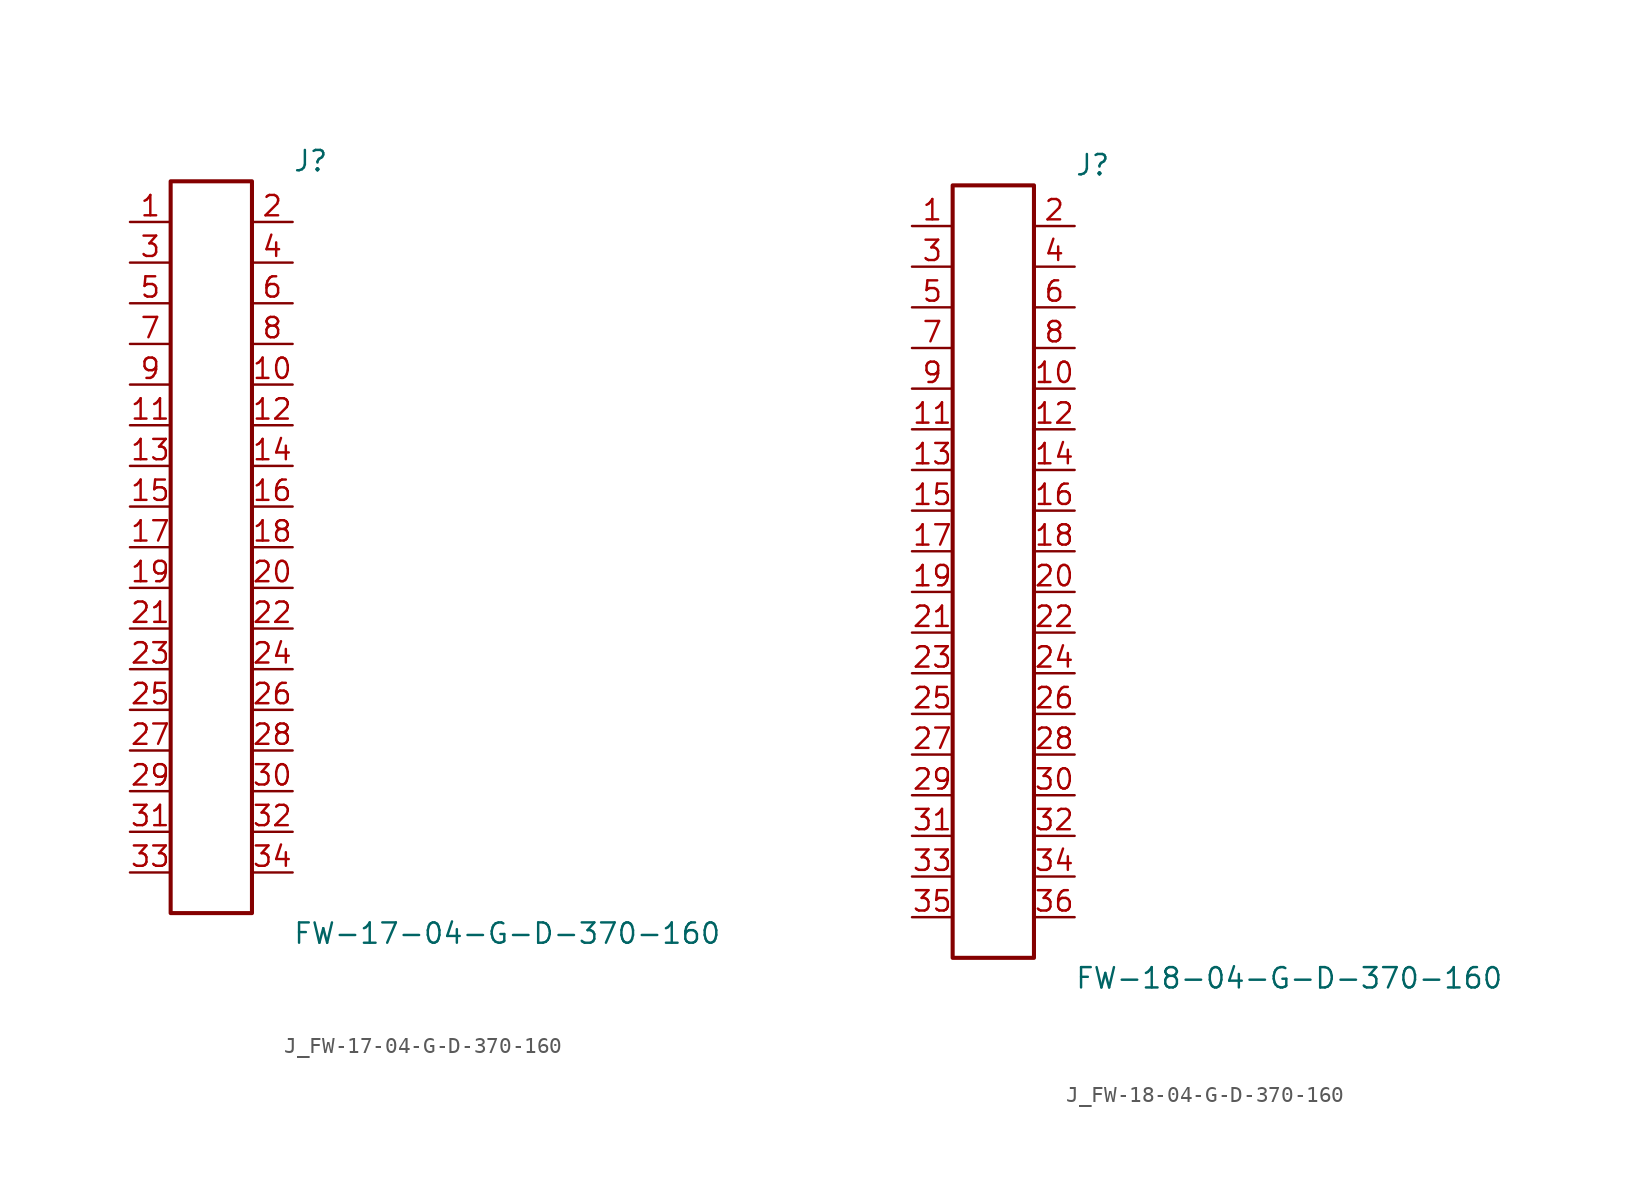
<source format=kicad_sym>
(kicad_symbol_lib
  (version 20231120)
  (generator kicad_symbol_editor)
  (generator_version 8.0)
  (symbol "J_FW-17-04-G-D-370-160"
    (pin_names
      (offset 0.254))
    (property "Reference" "J"
      (at 5.08 24.13 0)
      (effects (font (size 1.27 1.27)) (justify left)))
    (property "Value" "FW-17-04-G-D-370-160"
      (at 5.08 -24.13 0)
      (effects (font (size 1.27 1.27)) (justify left)))
    (symbol "J_FW-17-04-G-D-370-160_0_0"
      (pin unspecified line (at -5.08 20.32 0) (length 2.54) (name "" (effects (font (size 1.27 1.27)))) (number "1" (effects (font (size 1.27 1.27)))))
      (pin unspecified line (at 5.08 20.32 180) (length 2.54) (name "" (effects (font (size 1.27 1.27)))) (number "2" (effects (font (size 1.27 1.27)))))
      (pin unspecified line (at -5.08 17.78 0) (length 2.54) (name "" (effects (font (size 1.27 1.27)))) (number "3" (effects (font (size 1.27 1.27)))))
      (pin unspecified line (at 5.08 17.78 180) (length 2.54) (name "" (effects (font (size 1.27 1.27)))) (number "4" (effects (font (size 1.27 1.27)))))
      (pin unspecified line (at -5.08 15.24 0) (length 2.54) (name "" (effects (font (size 1.27 1.27)))) (number "5" (effects (font (size 1.27 1.27)))))
      (pin unspecified line (at 5.08 15.24 180) (length 2.54) (name "" (effects (font (size 1.27 1.27)))) (number "6" (effects (font (size 1.27 1.27)))))
      (pin unspecified line (at -5.08 12.7 0) (length 2.54) (name "" (effects (font (size 1.27 1.27)))) (number "7" (effects (font (size 1.27 1.27)))))
      (pin unspecified line (at 5.08 12.7 180) (length 2.54) (name "" (effects (font (size 1.27 1.27)))) (number "8" (effects (font (size 1.27 1.27)))))
      (pin unspecified line (at -5.08 10.16 0) (length 2.54) (name "" (effects (font (size 1.27 1.27)))) (number "9" (effects (font (size 1.27 1.27)))))
      (pin unspecified line (at 5.08 10.16 180) (length 2.54) (name "" (effects (font (size 1.27 1.27)))) (number "10" (effects (font (size 1.27 1.27)))))
      (pin unspecified line (at -5.08 7.62 0) (length 2.54) (name "" (effects (font (size 1.27 1.27)))) (number "11" (effects (font (size 1.27 1.27)))))
      (pin unspecified line (at 5.08 7.62 180) (length 2.54) (name "" (effects (font (size 1.27 1.27)))) (number "12" (effects (font (size 1.27 1.27)))))
      (pin unspecified line (at -5.08 5.08 0) (length 2.54) (name "" (effects (font (size 1.27 1.27)))) (number "13" (effects (font (size 1.27 1.27)))))
      (pin unspecified line (at 5.08 5.08 180) (length 2.54) (name "" (effects (font (size 1.27 1.27)))) (number "14" (effects (font (size 1.27 1.27)))))
      (pin unspecified line (at -5.08 2.54 0) (length 2.54) (name "" (effects (font (size 1.27 1.27)))) (number "15" (effects (font (size 1.27 1.27)))))
      (pin unspecified line (at 5.08 2.54 180) (length 2.54) (name "" (effects (font (size 1.27 1.27)))) (number "16" (effects (font (size 1.27 1.27)))))
      (pin unspecified line (at -5.08 0.0 0) (length 2.54) (name "" (effects (font (size 1.27 1.27)))) (number "17" (effects (font (size 1.27 1.27)))))
      (pin unspecified line (at 5.08 0.0 180) (length 2.54) (name "" (effects (font (size 1.27 1.27)))) (number "18" (effects (font (size 1.27 1.27)))))
      (pin unspecified line (at -5.08 -2.54 0) (length 2.54) (name "" (effects (font (size 1.27 1.27)))) (number "19" (effects (font (size 1.27 1.27)))))
      (pin unspecified line (at 5.08 -2.54 180) (length 2.54) (name "" (effects (font (size 1.27 1.27)))) (number "20" (effects (font (size 1.27 1.27)))))
      (pin unspecified line (at -5.08 -5.08 0) (length 2.54) (name "" (effects (font (size 1.27 1.27)))) (number "21" (effects (font (size 1.27 1.27)))))
      (pin unspecified line (at 5.08 -5.08 180) (length 2.54) (name "" (effects (font (size 1.27 1.27)))) (number "22" (effects (font (size 1.27 1.27)))))
      (pin unspecified line (at -5.08 -7.62 0) (length 2.54) (name "" (effects (font (size 1.27 1.27)))) (number "23" (effects (font (size 1.27 1.27)))))
      (pin unspecified line (at 5.08 -7.62 180) (length 2.54) (name "" (effects (font (size 1.27 1.27)))) (number "24" (effects (font (size 1.27 1.27)))))
      (pin unspecified line (at -5.08 -10.16 0) (length 2.54) (name "" (effects (font (size 1.27 1.27)))) (number "25" (effects (font (size 1.27 1.27)))))
      (pin unspecified line (at 5.08 -10.16 180) (length 2.54) (name "" (effects (font (size 1.27 1.27)))) (number "26" (effects (font (size 1.27 1.27)))))
      (pin unspecified line (at -5.08 -12.7 0) (length 2.54) (name "" (effects (font (size 1.27 1.27)))) (number "27" (effects (font (size 1.27 1.27)))))
      (pin unspecified line (at 5.08 -12.7 180) (length 2.54) (name "" (effects (font (size 1.27 1.27)))) (number "28" (effects (font (size 1.27 1.27)))))
      (pin unspecified line (at -5.08 -15.24 0) (length 2.54) (name "" (effects (font (size 1.27 1.27)))) (number "29" (effects (font (size 1.27 1.27)))))
      (pin unspecified line (at 5.08 -15.24 180) (length 2.54) (name "" (effects (font (size 1.27 1.27)))) (number "30" (effects (font (size 1.27 1.27)))))
      (pin unspecified line (at -5.08 -17.78 0) (length 2.54) (name "" (effects (font (size 1.27 1.27)))) (number "31" (effects (font (size 1.27 1.27)))))
      (pin unspecified line (at 5.08 -17.78 180) (length 2.54) (name "" (effects (font (size 1.27 1.27)))) (number "32" (effects (font (size 1.27 1.27)))))
      (pin unspecified line (at -5.08 -20.32 0) (length 2.54) (name "" (effects (font (size 1.27 1.27)))) (number "33" (effects (font (size 1.27 1.27)))))
      (pin unspecified line (at 5.08 -20.32 180) (length 2.54) (name "" (effects (font (size 1.27 1.27)))) (number "34" (effects (font (size 1.27 1.27))))))
    (symbol "J_FW-17-04-G-D-370-160_1_0"
      (rectangle (start -2.54 22.86) (end 2.54 -22.86) (stroke (width 0.254) (type solid)) (fill (type none)))))
  (symbol "J_FW-18-04-G-D-370-160"
    (pin_names
      (offset 0.254))
    (property "Reference" "J"
      (at 5.08 25.4 0)
      (effects (font (size 1.27 1.27)) (justify left)))
    (property "Value" "FW-18-04-G-D-370-160"
      (at 5.08 -25.4 0)
      (effects (font (size 1.27 1.27)) (justify left)))
    (symbol "J_FW-18-04-G-D-370-160_0_0"
      (pin unspecified line (at -5.08 21.59 0) (length 2.54) (name "" (effects (font (size 1.27 1.27)))) (number "1" (effects (font (size 1.27 1.27)))))
      (pin unspecified line (at 5.08 21.59 180) (length 2.54) (name "" (effects (font (size 1.27 1.27)))) (number "2" (effects (font (size 1.27 1.27)))))
      (pin unspecified line (at -5.08 19.05 0) (length 2.54) (name "" (effects (font (size 1.27 1.27)))) (number "3" (effects (font (size 1.27 1.27)))))
      (pin unspecified line (at 5.08 19.05 180) (length 2.54) (name "" (effects (font (size 1.27 1.27)))) (number "4" (effects (font (size 1.27 1.27)))))
      (pin unspecified line (at -5.08 16.51 0) (length 2.54) (name "" (effects (font (size 1.27 1.27)))) (number "5" (effects (font (size 1.27 1.27)))))
      (pin unspecified line (at 5.08 16.51 180) (length 2.54) (name "" (effects (font (size 1.27 1.27)))) (number "6" (effects (font (size 1.27 1.27)))))
      (pin unspecified line (at -5.08 13.97 0) (length 2.54) (name "" (effects (font (size 1.27 1.27)))) (number "7" (effects (font (size 1.27 1.27)))))
      (pin unspecified line (at 5.08 13.97 180) (length 2.54) (name "" (effects (font (size 1.27 1.27)))) (number "8" (effects (font (size 1.27 1.27)))))
      (pin unspecified line (at -5.08 11.43 0) (length 2.54) (name "" (effects (font (size 1.27 1.27)))) (number "9" (effects (font (size 1.27 1.27)))))
      (pin unspecified line (at 5.08 11.43 180) (length 2.54) (name "" (effects (font (size 1.27 1.27)))) (number "10" (effects (font (size 1.27 1.27)))))
      (pin unspecified line (at -5.08 8.89 0) (length 2.54) (name "" (effects (font (size 1.27 1.27)))) (number "11" (effects (font (size 1.27 1.27)))))
      (pin unspecified line (at 5.08 8.89 180) (length 2.54) (name "" (effects (font (size 1.27 1.27)))) (number "12" (effects (font (size 1.27 1.27)))))
      (pin unspecified line (at -5.08 6.35 0) (length 2.54) (name "" (effects (font (size 1.27 1.27)))) (number "13" (effects (font (size 1.27 1.27)))))
      (pin unspecified line (at 5.08 6.35 180) (length 2.54) (name "" (effects (font (size 1.27 1.27)))) (number "14" (effects (font (size 1.27 1.27)))))
      (pin unspecified line (at -5.08 3.81 0) (length 2.54) (name "" (effects (font (size 1.27 1.27)))) (number "15" (effects (font (size 1.27 1.27)))))
      (pin unspecified line (at 5.08 3.81 180) (length 2.54) (name "" (effects (font (size 1.27 1.27)))) (number "16" (effects (font (size 1.27 1.27)))))
      (pin unspecified line (at -5.08 1.27 0) (length 2.54) (name "" (effects (font (size 1.27 1.27)))) (number "17" (effects (font (size 1.27 1.27)))))
      (pin unspecified line (at 5.08 1.27 180) (length 2.54) (name "" (effects (font (size 1.27 1.27)))) (number "18" (effects (font (size 1.27 1.27)))))
      (pin unspecified line (at -5.08 -1.27 0) (length 2.54) (name "" (effects (font (size 1.27 1.27)))) (number "19" (effects (font (size 1.27 1.27)))))
      (pin unspecified line (at 5.08 -1.27 180) (length 2.54) (name "" (effects (font (size 1.27 1.27)))) (number "20" (effects (font (size 1.27 1.27)))))
      (pin unspecified line (at -5.08 -3.81 0) (length 2.54) (name "" (effects (font (size 1.27 1.27)))) (number "21" (effects (font (size 1.27 1.27)))))
      (pin unspecified line (at 5.08 -3.81 180) (length 2.54) (name "" (effects (font (size 1.27 1.27)))) (number "22" (effects (font (size 1.27 1.27)))))
      (pin unspecified line (at -5.08 -6.35 0) (length 2.54) (name "" (effects (font (size 1.27 1.27)))) (number "23" (effects (font (size 1.27 1.27)))))
      (pin unspecified line (at 5.08 -6.35 180) (length 2.54) (name "" (effects (font (size 1.27 1.27)))) (number "24" (effects (font (size 1.27 1.27)))))
      (pin unspecified line (at -5.08 -8.89 0) (length 2.54) (name "" (effects (font (size 1.27 1.27)))) (number "25" (effects (font (size 1.27 1.27)))))
      (pin unspecified line (at 5.08 -8.89 180) (length 2.54) (name "" (effects (font (size 1.27 1.27)))) (number "26" (effects (font (size 1.27 1.27)))))
      (pin unspecified line (at -5.08 -11.43 0) (length 2.54) (name "" (effects (font (size 1.27 1.27)))) (number "27" (effects (font (size 1.27 1.27)))))
      (pin unspecified line (at 5.08 -11.43 180) (length 2.54) (name "" (effects (font (size 1.27 1.27)))) (number "28" (effects (font (size 1.27 1.27)))))
      (pin unspecified line (at -5.08 -13.97 0) (length 2.54) (name "" (effects (font (size 1.27 1.27)))) (number "29" (effects (font (size 1.27 1.27)))))
      (pin unspecified line (at 5.08 -13.97 180) (length 2.54) (name "" (effects (font (size 1.27 1.27)))) (number "30" (effects (font (size 1.27 1.27)))))
      (pin unspecified line (at -5.08 -16.51 0) (length 2.54) (name "" (effects (font (size 1.27 1.27)))) (number "31" (effects (font (size 1.27 1.27)))))
      (pin unspecified line (at 5.08 -16.51 180) (length 2.54) (name "" (effects (font (size 1.27 1.27)))) (number "32" (effects (font (size 1.27 1.27)))))
      (pin unspecified line (at -5.08 -19.05 0) (length 2.54) (name "" (effects (font (size 1.27 1.27)))) (number "33" (effects (font (size 1.27 1.27)))))
      (pin unspecified line (at 5.08 -19.05 180) (length 2.54) (name "" (effects (font (size 1.27 1.27)))) (number "34" (effects (font (size 1.27 1.27)))))
      (pin unspecified line (at -5.08 -21.59 0) (length 2.54) (name "" (effects (font (size 1.27 1.27)))) (number "35" (effects (font (size 1.27 1.27)))))
      (pin unspecified line (at 5.08 -21.59 180) (length 2.54) (name "" (effects (font (size 1.27 1.27)))) (number "36" (effects (font (size 1.27 1.27))))))
    (symbol "J_FW-18-04-G-D-370-160_1_0"
      (rectangle (start -2.54 24.13) (end 2.54 -24.13) (stroke (width 0.254) (type solid)) (fill (type none))))))
</source>
